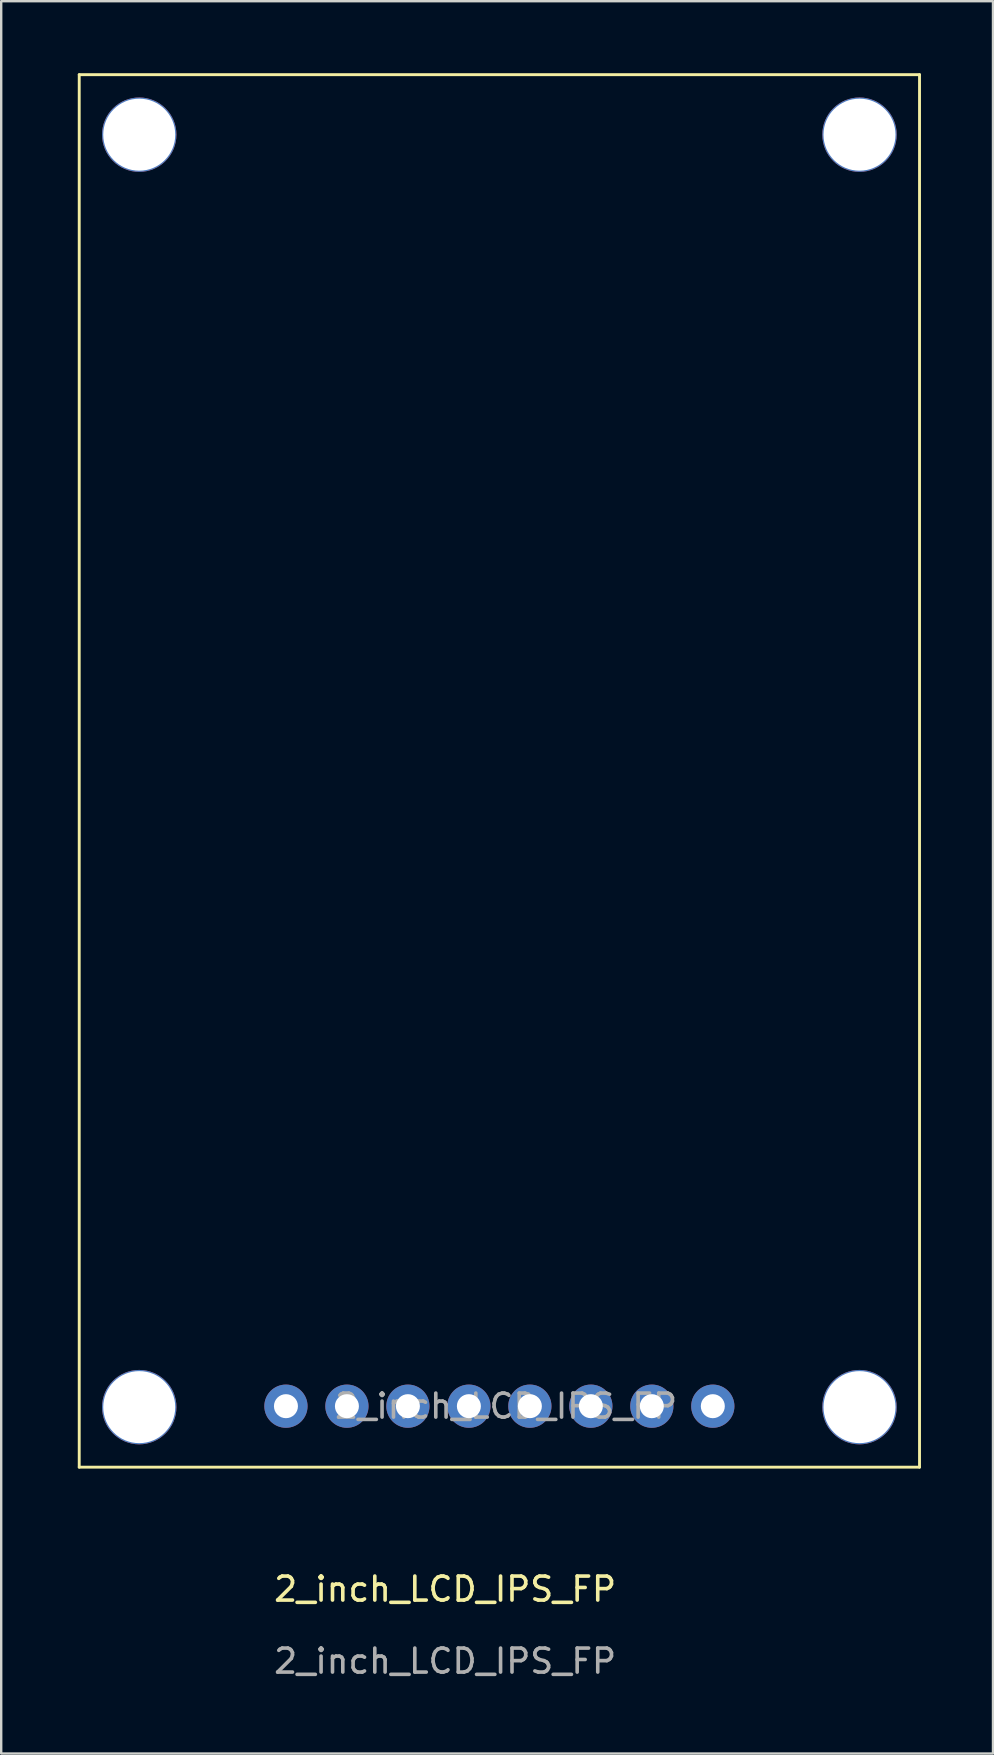
<source format=kicad_pcb>
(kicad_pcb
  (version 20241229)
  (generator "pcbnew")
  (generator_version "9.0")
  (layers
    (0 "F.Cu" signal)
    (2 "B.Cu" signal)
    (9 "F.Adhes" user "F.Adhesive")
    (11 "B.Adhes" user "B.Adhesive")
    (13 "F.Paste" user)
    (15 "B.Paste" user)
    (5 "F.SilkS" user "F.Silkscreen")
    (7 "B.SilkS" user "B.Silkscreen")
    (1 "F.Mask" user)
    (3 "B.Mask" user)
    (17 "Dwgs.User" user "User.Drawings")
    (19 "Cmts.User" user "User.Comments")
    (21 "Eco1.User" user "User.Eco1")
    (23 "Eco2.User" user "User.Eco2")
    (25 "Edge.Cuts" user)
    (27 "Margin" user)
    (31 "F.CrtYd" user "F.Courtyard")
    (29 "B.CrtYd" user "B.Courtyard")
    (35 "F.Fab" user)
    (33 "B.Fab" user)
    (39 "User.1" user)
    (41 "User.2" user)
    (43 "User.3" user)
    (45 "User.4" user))
  (footprint "2_inch_LCD_IPS_FP"
    (layer "F.Cu")
    (at 0.25 58.06)
    (property "Reference" "2_inch_LCD_IPS_FP" (at 15.24 5.08 0) (unlocked yes) (layer "F.SilkS") (effects (font (size 1 1) (thickness 0.15))))
    (attr smd)
    (fp_line (start 0 -58) (end 35 -58) (stroke (width 0.12) (type solid)) (layer "F.SilkS"))
    (fp_line (start 0 0) (end 0 -58) (stroke (width 0.12) (type solid)) (layer "F.SilkS"))
    (fp_line (start 0 0) (end 35 0) (stroke (width 0.12) (type solid)) (layer "F.SilkS"))
    (fp_line (start 35 0) (end 35 -58) (stroke (width 0.12) (type solid)) (layer "F.SilkS"))
    (fp_text user "${REFERENCE}" (at 15.24 8.08 0) (unlocked yes) (layer "F.Fab") (effects (font (size 1 1) (thickness 0.15))))
    (fp_text user "${REFERENCE}" (at 17.78 -2.54 180) (layer "F.Fab") (effects (font (size 1 1) (thickness 0.15))))
    (pad "1" thru_hole circle (at 26.39 -2.54 180) (size 1.8 1.8) (drill 1) (layers "*.Cu" "*.Mask"))
    (pad "2" thru_hole circle (at 23.85 -2.54 180) (size 1.8 1.8) (drill 1) (layers "*.Cu" "*.Mask"))
    (pad "3" thru_hole circle (at 21.31 -2.54 180) (size 1.8 1.8) (drill 1) (layers "*.Cu" "*.Mask"))
    (pad "4" thru_hole circle (at 18.77 -2.54 180) (size 1.8 1.8) (drill 1) (layers "*.Cu" "*.Mask"))
    (pad "5" thru_hole circle (at 16.23 -2.54 180) (size 1.8 1.8) (drill 1) (layers "*.Cu" "*.Mask"))
    (pad "6" thru_hole circle (at 13.69 -2.54 180) (size 1.8 1.8) (drill 1) (layers "*.Cu" "*.Mask"))
    (pad "7" thru_hole circle (at 11.15 -2.54 180) (size 1.8 1.8) (drill 1) (layers "*.Cu" "*.Mask"))
    (pad "8" thru_hole circle (at 8.61 -2.54 180) (size 1.8 1.8) (drill 1) (layers "*.Cu" "*.Mask"))
    (pad "9" thru_hole circle (at 2.5 -2.5 180) (size 3.1 3.1) (drill oval 3) (layers "*.Cu" "*.Mask"))
    (pad "10" thru_hole circle (at 32.5 -2.5 180) (size 3.1 3.1) (drill 3) (layers "*.Cu" "*.Mask"))
    (pad "11" thru_hole circle (at 2.5 -55.5 180) (size 3.1 3.1) (drill 3) (layers "*.Cu" "*.Mask"))
    (pad "12" thru_hole circle (at 32.5 -55.5 180) (size 3.1 3.1) (drill 3) (layers "*.Cu" "*.Mask")))
  (gr_rect
    (start -3 -3)
    (end 38.31 69.988)
    (stroke (width 0.1) (type default))
    (fill no)
    (layer "Edge.Cuts")))
</source>
